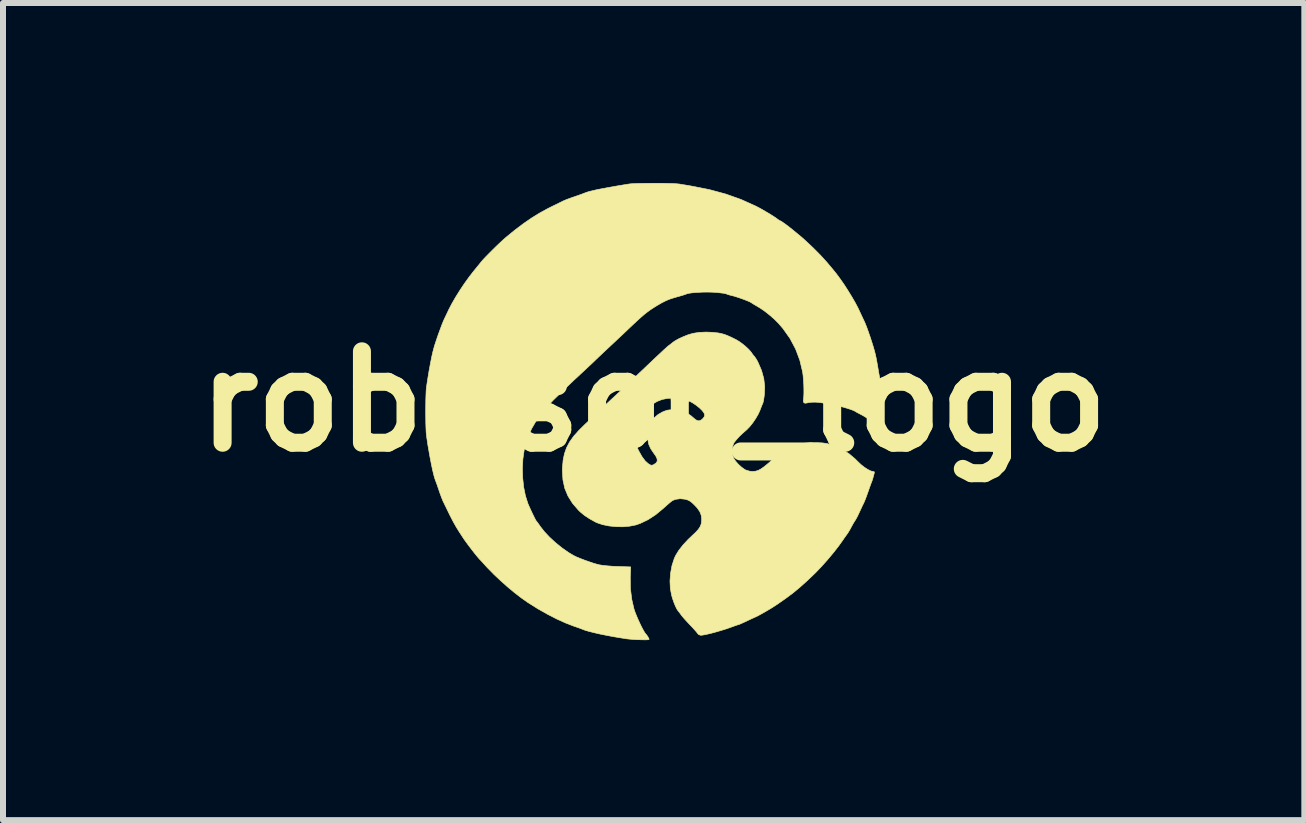
<source format=kicad_pcb>
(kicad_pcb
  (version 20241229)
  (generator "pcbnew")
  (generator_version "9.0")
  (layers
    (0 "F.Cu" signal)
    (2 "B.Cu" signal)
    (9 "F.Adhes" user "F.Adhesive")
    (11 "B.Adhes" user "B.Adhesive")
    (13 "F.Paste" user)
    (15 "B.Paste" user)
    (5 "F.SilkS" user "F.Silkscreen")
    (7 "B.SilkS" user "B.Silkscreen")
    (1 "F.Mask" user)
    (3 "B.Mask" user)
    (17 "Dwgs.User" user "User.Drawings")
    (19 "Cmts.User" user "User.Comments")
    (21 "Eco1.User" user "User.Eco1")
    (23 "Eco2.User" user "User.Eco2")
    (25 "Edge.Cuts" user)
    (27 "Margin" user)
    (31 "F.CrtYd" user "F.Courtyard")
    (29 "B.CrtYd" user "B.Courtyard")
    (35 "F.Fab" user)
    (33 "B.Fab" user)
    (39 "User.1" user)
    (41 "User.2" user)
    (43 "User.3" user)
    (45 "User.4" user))
  (footprint "robosoc_logo"
    (layer "F.Cu")
    (at 7.845 3.64)
    (property "Reference" "robosoc_logo" (at 0 0 0) (layer "F.SilkS") (effects (font (size 1.524 1.524) (thickness 0.3))))
    (attr through_hole)
    (fp_poly (pts (xy 0.981 -1.151) (xy 1.08 -1.14) (xy 1.099 -1.136) (xy 1.144 -1.126) (xy 1.185 -1.114) (xy 1.229 -1.097) (xy 1.281 -1.074) (xy 1.347 -1.042) (xy 1.382 -1.024) (xy 1.428 -0.996) (xy 1.482 -0.957) (xy 1.535 -0.913) (xy 1.583 -0.868) (xy 1.618 -0.829) (xy 1.628 -0.816) (xy 1.651 -0.782) (xy 1.674 -0.755) (xy 1.677 -0.751) (xy 1.694 -0.729) (xy 1.717 -0.693) (xy 1.738 -0.654) (xy 1.798 -0.515) (xy 1.835 -0.381) (xy 1.851 -0.248) (xy 1.845 -0.114) (xy 1.838 -0.058) (xy 1.83 -0.01) (xy 1.822 0.023) (xy 1.819 0.033) (xy 1.808 0.056) (xy 1.792 0.096) (xy 1.774 0.143) (xy 1.771 0.151) (xy 1.742 0.214) (xy 1.701 0.285) (xy 1.652 0.357) (xy 1.601 0.421) (xy 1.554 0.47) (xy 1.546 0.477) (xy 1.486 0.529) (xy 1.429 0.583) (xy 1.382 0.635) (xy 1.347 0.678) (xy 1.333 0.7) (xy 1.313 0.761) (xy 1.308 0.832) (xy 1.318 0.902) (xy 1.333 0.945) (xy 1.365 0.995) (xy 1.411 1.048) (xy 1.465 1.097) (xy 1.519 1.136) (xy 1.53 1.142) (xy 1.6 1.164) (xy 1.651 1.168) (xy 1.697 1.164) (xy 1.742 1.151) (xy 1.789 1.126) (xy 1.844 1.087) (xy 1.91 1.033) (xy 1.942 1.005) (xy 2.02 0.936) (xy 2.085 0.882) (xy 2.144 0.84) (xy 2.202 0.806) (xy 2.263 0.776) (xy 2.333 0.748) (xy 2.374 0.733) (xy 2.431 0.715) (xy 2.482 0.702) (xy 2.536 0.695) (xy 2.604 0.69) (xy 2.632 0.689) (xy 2.726 0.688) (xy 2.811 0.692) (xy 2.884 0.702) (xy 2.939 0.716) (xy 2.958 0.724) (xy 2.979 0.734) (xy 3.017 0.749) (xy 3.063 0.766) (xy 3.07 0.769) (xy 3.165 0.813) (xy 3.26 0.876) (xy 3.359 0.96) (xy 3.401 1.002) (xy 3.457 1.055) (xy 3.516 1.101) (xy 3.573 1.137) (xy 3.622 1.161) (xy 3.656 1.168) (xy 3.677 1.174) (xy 3.678 1.191) (xy 3.671 1.216) (xy 3.661 1.254) (xy 3.657 1.269) (xy 3.646 1.307) (xy 3.635 1.338) (xy 3.632 1.345) (xy 3.624 1.365) (xy 3.61 1.403) (xy 3.592 1.454) (xy 3.574 1.505) (xy 3.552 1.567) (xy 3.53 1.627) (xy 3.51 1.676) (xy 3.498 1.702) (xy 3.478 1.741) (xy 3.454 1.794) (xy 3.428 1.849) (xy 3.423 1.86) (xy 3.4 1.909) (xy 3.379 1.949) (xy 3.364 1.976) (xy 3.36 1.981) (xy 3.347 2.001) (xy 3.325 2.037) (xy 3.301 2.081) (xy 3.296 2.09) (xy 3.271 2.137) (xy 3.246 2.179) (xy 3.227 2.208) (xy 3.225 2.21) (xy 3.205 2.238) (xy 3.177 2.277) (xy 3.154 2.311) (xy 3.082 2.412) (xy 2.996 2.522) (xy 2.901 2.636) (xy 2.801 2.748) (xy 2.702 2.852) (xy 2.67 2.883) (xy 2.546 3.001) (xy 2.429 3.105) (xy 2.315 3.199) (xy 2.195 3.288) (xy 2.063 3.38) (xy 2.019 3.409) (xy 1.969 3.441) (xy 1.909 3.477) (xy 1.846 3.514) (xy 1.785 3.548) (xy 1.734 3.576) (xy 1.698 3.593) (xy 1.662 3.609) (xy 1.612 3.632) (xy 1.557 3.658) (xy 1.535 3.669) (xy 1.486 3.691) (xy 1.446 3.709) (xy 1.42 3.72) (xy 1.414 3.721) (xy 1.399 3.725) (xy 1.364 3.737) (xy 1.317 3.754) (xy 1.264 3.773) (xy 1.197 3.796) (xy 1.122 3.819) (xy 1.043 3.842) (xy 0.966 3.863) (xy 0.895 3.88) (xy 0.837 3.892) (xy 0.795 3.898) (xy 0.786 3.899) (xy 0.75 3.887) (xy 0.729 3.864) (xy 0.712 3.841) (xy 0.681 3.806) (xy 0.641 3.762) (xy 0.599 3.718) (xy 0.553 3.669) (xy 0.511 3.623) (xy 0.477 3.583) (xy 0.458 3.559) (xy 0.434 3.525) (xy 0.413 3.499) (xy 0.408 3.493) (xy 0.388 3.464) (xy 0.364 3.416) (xy 0.339 3.355) (xy 0.315 3.287) (xy 0.301 3.239) (xy 0.278 3.122) (xy 0.272 2.994) (xy 0.282 2.863) (xy 0.306 2.734) (xy 0.344 2.617) (xy 0.366 2.569) (xy 0.417 2.486) (xy 0.487 2.396) (xy 0.572 2.304) (xy 0.64 2.239) (xy 0.702 2.181) (xy 0.746 2.132) (xy 0.775 2.088) (xy 0.792 2.044) (xy 0.799 1.995) (xy 0.8 1.965) (xy 0.793 1.9) (xy 0.77 1.84) (xy 0.729 1.78) (xy 0.676 1.723) (xy 0.633 1.683) (xy 0.598 1.658) (xy 0.563 1.642) (xy 0.526 1.631) (xy 0.442 1.622) (xy 0.362 1.633) (xy 0.314 1.653) (xy 0.296 1.666) (xy 0.263 1.693) (xy 0.22 1.73) (xy 0.172 1.773) (xy 0.16 1.784) (xy 0.033 1.889) (xy -0.096 1.973) (xy -0.224 2.034) (xy -0.298 2.06) (xy -0.4 2.08) (xy -0.513 2.09) (xy -0.63 2.088) (xy -0.746 2.076) (xy -0.853 2.054) (xy -0.945 2.023) (xy -0.974 2.009) (xy -1.072 1.954) (xy -1.151 1.902) (xy -1.217 1.848) (xy -1.253 1.814) (xy -1.353 1.698) (xy -1.429 1.576) (xy -1.482 1.448) (xy -1.512 1.309) (xy -1.522 1.158) (xy -1.52 1.099) (xy -1.509 0.979) (xy -1.487 0.872) (xy -1.452 0.773) (xy -1.402 0.678) (xy -1.335 0.583) (xy -1.33 0.578) (xy -0.298 0.578) (xy -0.297 0.643) (xy -0.295 0.689) (xy -0.29 0.725) (xy -0.281 0.755) (xy -0.267 0.788) (xy -0.249 0.825) (xy -0.194 0.922) (xy -0.141 0.993) (xy -0.088 1.04) (xy -0.083 1.043) (xy -0.052 1.061) (xy -0.03 1.065) (xy -0.008 1.058) (xy 0.004 1.052) (xy 0.042 1.025) (xy 0.06 0.995) (xy 0.057 0.957) (xy 0.035 0.91) (xy -0.001 0.86) (xy -0.051 0.785) (xy -0.083 0.713) (xy -0.098 0.634) (xy -0.102 0.564) (xy -0.091 0.458) (xy -0.058 0.365) (xy -0.004 0.285) (xy 0.072 0.22) (xy 0.145 0.178) (xy 0.191 0.159) (xy 0.229 0.147) (xy 0.272 0.141) (xy 0.328 0.14) (xy 0.339 0.14) (xy 0.397 0.141) (xy 0.438 0.145) (xy 0.473 0.154) (xy 0.511 0.171) (xy 0.527 0.179) (xy 0.577 0.209) (xy 0.626 0.243) (xy 0.654 0.267) (xy 0.7 0.306) (xy 0.739 0.324) (xy 0.773 0.321) (xy 0.809 0.298) (xy 0.811 0.296) (xy 0.841 0.26) (xy 0.851 0.229) (xy 0.84 0.194) (xy 0.809 0.153) (xy 0.764 0.109) (xy 0.708 0.064) (xy 0.646 0.023) (xy 0.582 -0.01) (xy 0.523 -0.033) (xy 0.463 -0.045) (xy 0.389 -0.053) (xy 0.337 -0.055) (xy 0.232 -0.05) (xy 0.141 -0.032) (xy 0.057 0.001) (xy -0.027 0.051) (xy -0.111 0.116) (xy -0.133 0.139) (xy -0.161 0.173) (xy -0.19 0.212) (xy -0.216 0.251) (xy -0.235 0.281) (xy -0.241 0.298) (xy -0.246 0.313) (xy -0.259 0.342) (xy -0.27 0.365) (xy -0.282 0.395) (xy -0.291 0.425) (xy -0.295 0.461) (xy -0.297 0.51) (xy -0.298 0.578) (xy -1.33 0.578) (xy -1.249 0.486) (xy -1.148 0.386) (xy -1.088 0.33) (xy -1.029 0.275) (xy -0.976 0.224) (xy -0.933 0.183) (xy -0.915 0.165) (xy -0.881 0.132) (xy -0.834 0.087) (xy -0.777 0.034) (xy -0.717 -0.022) (xy -0.679 -0.057) (xy -0.623 -0.109) (xy -0.572 -0.157) (xy -0.528 -0.198) (xy -0.497 -0.228) (xy -0.483 -0.242) (xy -0.461 -0.263) (xy -0.425 -0.297) (xy -0.381 -0.338) (xy -0.343 -0.374) (xy -0.302 -0.413) (xy -0.247 -0.465) (xy -0.182 -0.526) (xy -0.112 -0.593) (xy -0.04 -0.661) (xy -0.008 -0.692) (xy 0.056 -0.752) (xy 0.116 -0.808) (xy 0.167 -0.856) (xy 0.209 -0.894) (xy 0.236 -0.918) (xy 0.246 -0.926) (xy 0.273 -0.946) (xy 0.307 -0.973) (xy 0.316 -0.981) (xy 0.361 -1.012) (xy 0.423 -1.046) (xy 0.496 -1.079) (xy 0.571 -1.109) (xy 0.642 -1.13) (xy 0.667 -1.136) (xy 0.763 -1.15) (xy 0.871 -1.155) (xy 0.981 -1.151)) (stroke (width 0.01) (type solid)) (fill yes) (layer "F.SilkS"))
    (fp_poly (pts (xy 0.145 -3.635) (xy 0.236 -3.633) (xy 0.316 -3.631) (xy 0.381 -3.627) (xy 0.426 -3.623) (xy 0.432 -3.622) (xy 0.483 -3.613) (xy 0.548 -3.603) (xy 0.615 -3.591) (xy 0.635 -3.588) (xy 0.927 -3.53) (xy 1.201 -3.456) (xy 1.457 -3.365) (xy 1.697 -3.257) (xy 1.753 -3.228) (xy 1.808 -3.198) (xy 1.869 -3.162) (xy 1.931 -3.126) (xy 1.986 -3.091) (xy 2.031 -3.062) (xy 2.059 -3.042) (xy 2.06 -3.041) (xy 2.087 -3.021) (xy 2.107 -3.01) (xy 2.109 -3.01) (xy 2.126 -3.002) (xy 2.158 -2.98) (xy 2.203 -2.948) (xy 2.257 -2.907) (xy 2.316 -2.86) (xy 2.378 -2.809) (xy 2.439 -2.759) (xy 2.495 -2.711) (xy 2.527 -2.682) (xy 2.659 -2.558) (xy 2.778 -2.438) (xy 2.89 -2.315) (xy 3.003 -2.18) (xy 3.05 -2.121) (xy 3.109 -2.041) (xy 3.174 -1.948) (xy 3.239 -1.847) (xy 3.302 -1.744) (xy 3.359 -1.646) (xy 3.406 -1.557) (xy 3.433 -1.499) (xy 3.459 -1.443) (xy 3.486 -1.385) (xy 3.505 -1.346) (xy 3.526 -1.299) (xy 3.552 -1.234) (xy 3.58 -1.155) (xy 3.61 -1.069) (xy 3.638 -0.982) (xy 3.664 -0.899) (xy 3.684 -0.827) (xy 3.694 -0.787) (xy 3.708 -0.725) (xy 3.722 -0.65) (xy 3.735 -0.575) (xy 3.74 -0.546) (xy 3.75 -0.485) (xy 3.76 -0.43) (xy 3.768 -0.386) (xy 3.772 -0.368) (xy 3.781 -0.325) (xy 3.788 -0.262) (xy 3.795 -0.183) (xy 3.801 -0.094) (xy 3.805 0.000342) (xy 3.808 0.095) (xy 3.81 0.186) (xy 3.81 0.267) (xy 3.808 0.334) (xy 3.804 0.383) (xy 3.802 0.392) (xy 3.793 0.419) (xy 3.781 0.432) (xy 3.78 0.432) (xy 3.765 0.424) (xy 3.734 0.405) (xy 3.692 0.376) (xy 3.648 0.343) (xy 3.592 0.303) (xy 3.535 0.265) (xy 3.485 0.235) (xy 3.457 0.22) (xy 3.416 0.199) (xy 3.382 0.181) (xy 3.365 0.17) (xy 3.338 0.155) (xy 3.292 0.137) (xy 3.231 0.117) (xy 3.163 0.097) (xy 3.092 0.079) (xy 3.023 0.064) (xy 2.991 0.058) (xy 2.93 0.048) (xy 2.872 0.037) (xy 2.826 0.028) (xy 2.81 0.025) (xy 2.757 0.017) (xy 2.697 0.013) (xy 2.636 0.014) (xy 2.585 0.019) (xy 2.558 0.026) (xy 2.522 0.031) (xy 2.499 0.017) (xy 2.494 -0.016) (xy 2.496 -0.029) (xy 2.501 -0.069) (xy 2.504 -0.129) (xy 2.504 -0.201) (xy 2.502 -0.28) (xy 2.497 -0.358) (xy 2.491 -0.429) (xy 2.483 -0.488) (xy 2.483 -0.489) (xy 2.436 -0.686) (xy 2.366 -0.872) (xy 2.273 -1.048) (xy 2.156 -1.213) (xy 2.083 -1.298) (xy 2.016 -1.366) (xy 1.937 -1.435) (xy 1.854 -1.501) (xy 1.774 -1.556) (xy 1.727 -1.584) (xy 1.684 -1.609) (xy 1.648 -1.631) (xy 1.626 -1.646) (xy 1.625 -1.646) (xy 1.603 -1.659) (xy 1.562 -1.676) (xy 1.509 -1.697) (xy 1.449 -1.719) (xy 1.388 -1.739) (xy 1.333 -1.756) (xy 1.295 -1.765) (xy 1.255 -1.776) (xy 1.224 -1.786) (xy 1.213 -1.791) (xy 1.196 -1.796) (xy 1.159 -1.803) (xy 1.107 -1.809) (xy 1.047 -1.816) (xy 1.045 -1.816) (xy 0.977 -1.82) (xy 0.9 -1.822) (xy 0.819 -1.821) (xy 0.74 -1.817) (xy 0.668 -1.812) (xy 0.608 -1.805) (xy 0.565 -1.797) (xy 0.548 -1.791) (xy 0.527 -1.783) (xy 0.488 -1.77) (xy 0.437 -1.755) (xy 0.4 -1.745) (xy 0.319 -1.721) (xy 0.253 -1.699) (xy 0.194 -1.673) (xy 0.131 -1.641) (xy 0.057 -1.598) (xy 0.052 -1.595) (xy -0.004 -1.56) (xy -0.056 -1.526) (xy -0.105 -1.49) (xy -0.157 -1.449) (xy -0.214 -1.4) (xy -0.281 -1.339) (xy -0.36 -1.265) (xy -0.394 -1.233) (xy -0.462 -1.168) (xy -0.533 -1.101) (xy -0.602 -1.036) (xy -0.663 -0.979) (xy -0.711 -0.934) (xy -0.771 -0.878) (xy -0.839 -0.814) (xy -0.908 -0.749) (xy -0.959 -0.7) (xy -1.017 -0.644) (xy -1.086 -0.58) (xy -1.158 -0.512) (xy -1.225 -0.45) (xy -1.237 -0.438) (xy -1.296 -0.384) (xy -1.354 -0.33) (xy -1.406 -0.28) (xy -1.447 -0.241) (xy -1.46 -0.229) (xy -1.495 -0.195) (xy -1.543 -0.148) (xy -1.598 -0.094) (xy -1.656 -0.038) (xy -1.68 -0.014) (xy -1.823 0.138) (xy -1.941 0.295) (xy -2.036 0.458) (xy -2.109 0.63) (xy -2.125 0.679) (xy -2.159 0.815) (xy -2.18 0.963) (xy -2.188 1.118) (xy -2.183 1.275) (xy -2.167 1.428) (xy -2.138 1.571) (xy -2.098 1.698) (xy -2.083 1.734) (xy -2.052 1.803) (xy -2.022 1.867) (xy -1.995 1.922) (xy -1.974 1.964) (xy -1.96 1.989) (xy -1.956 1.994) (xy -1.945 2.007) (xy -1.924 2.035) (xy -1.898 2.073) (xy -1.894 2.079) (xy -1.824 2.169) (xy -1.736 2.263) (xy -1.635 2.356) (xy -1.527 2.443) (xy -1.417 2.52) (xy -1.335 2.569) (xy -1.286 2.593) (xy -1.22 2.62) (xy -1.144 2.649) (xy -1.064 2.677) (xy -0.99 2.702) (xy -0.926 2.719) (xy -0.907 2.724) (xy -0.851 2.733) (xy -0.776 2.741) (xy -0.689 2.748) (xy -0.596 2.752) (xy -0.595 2.752) (xy -0.383 2.759) (xy -0.39 2.926) (xy -0.388 3.115) (xy -0.365 3.301) (xy -0.328 3.461) (xy -0.312 3.508) (xy -0.289 3.566) (xy -0.262 3.63) (xy -0.232 3.696) (xy -0.202 3.758) (xy -0.174 3.811) (xy -0.151 3.851) (xy -0.135 3.872) (xy -0.135 3.873) (xy -0.116 3.894) (xy -0.096 3.924) (xy -0.08 3.953) (xy -0.076 3.968) (xy -0.088 3.972) (xy -0.12 3.974) (xy -0.167 3.974) (xy -0.225 3.973) (xy -0.288 3.971) (xy -0.351 3.967) (xy -0.409 3.962) (xy -0.457 3.957) (xy -0.457 3.956) (xy -0.567 3.939) (xy -0.679 3.92) (xy -0.789 3.899) (xy -0.894 3.878) (xy -0.989 3.856) (xy -1.07 3.836) (xy -1.134 3.818) (xy -1.175 3.803) (xy -1.203 3.792) (xy -1.248 3.775) (xy -1.303 3.756) (xy -1.333 3.746) (xy -1.467 3.694) (xy -1.614 3.628) (xy -1.769 3.548) (xy -1.927 3.459) (xy -2.083 3.361) (xy -2.103 3.348) (xy -2.205 3.276) (xy -2.318 3.189) (xy -2.435 3.092) (xy -2.55 2.989) (xy -2.66 2.886) (xy -2.757 2.787) (xy -2.78 2.763) (xy -2.824 2.715) (xy -2.867 2.667) (xy -2.904 2.628) (xy -2.92 2.61) (xy -2.948 2.577) (xy -2.987 2.529) (xy -3.031 2.472) (xy -3.077 2.412) (xy -3.12 2.354) (xy -3.156 2.304) (xy -3.181 2.267) (xy -3.182 2.265) (xy -3.205 2.229) (xy -3.233 2.187) (xy -3.24 2.176) (xy -3.287 2.101) (xy -3.34 2.007) (xy -3.395 1.901) (xy -3.424 1.841) (xy -3.451 1.786) (xy -3.476 1.734) (xy -3.496 1.693) (xy -3.505 1.676) (xy -3.518 1.646) (xy -3.537 1.599) (xy -3.558 1.541) (xy -3.575 1.492) (xy -3.595 1.433) (xy -3.614 1.378) (xy -3.63 1.336) (xy -3.638 1.314) (xy -3.652 1.275) (xy -3.668 1.214) (xy -3.687 1.135) (xy -3.706 1.043) (xy -3.726 0.941) (xy -3.745 0.833) (xy -3.764 0.724) (xy -3.78 0.616) (xy -3.787 0.565) (xy -3.792 0.516) (xy -3.795 0.447) (xy -3.798 0.363) (xy -3.799 0.268) (xy -3.8 0.169) (xy -3.799 0.069) (xy -3.798 -0.025) (xy -3.795 -0.11) (xy -3.792 -0.18) (xy -3.788 -0.23) (xy -3.787 -0.235) (xy -3.766 -0.374) (xy -3.744 -0.507) (xy -3.721 -0.632) (xy -3.699 -0.744) (xy -3.677 -0.839) (xy -3.657 -0.913) (xy -3.653 -0.927) (xy -3.624 -1.015) (xy -3.593 -1.106) (xy -3.561 -1.193) (xy -3.532 -1.272) (xy -3.506 -1.336) (xy -3.49 -1.372) (xy -3.463 -1.428) (xy -3.434 -1.489) (xy -3.415 -1.53) (xy -3.365 -1.626) (xy -3.303 -1.734) (xy -3.232 -1.848) (xy -3.156 -1.962) (xy -3.079 -2.069) (xy -3.011 -2.157) (xy -2.969 -2.209) (xy -2.928 -2.259) (xy -2.894 -2.301) (xy -2.875 -2.325) (xy -2.844 -2.361) (xy -2.799 -2.409) (xy -2.743 -2.466) (xy -2.682 -2.527) (xy -2.619 -2.589) (xy -2.558 -2.647) (xy -2.505 -2.696) (xy -2.464 -2.732) (xy -2.311 -2.857) (xy -2.169 -2.964) (xy -2.034 -3.057) (xy -1.901 -3.139) (xy -1.766 -3.213) (xy -1.676 -3.258) (xy -1.621 -3.284) (xy -1.569 -3.31) (xy -1.528 -3.33) (xy -1.511 -3.339) (xy -1.481 -3.352) (xy -1.434 -3.371) (xy -1.376 -3.392) (xy -1.327 -3.409) (xy -1.269 -3.429) (xy -1.218 -3.447) (xy -1.18 -3.461) (xy -1.162 -3.468) (xy -1.124 -3.483) (xy -1.075 -3.498) (xy -1.012 -3.513) (xy -0.935 -3.531) (xy -0.839 -3.549) (xy -0.725 -3.57) (xy -0.59 -3.594) (xy -0.431 -3.62) (xy -0.419 -3.622) (xy -0.378 -3.627) (xy -0.316 -3.63) (xy -0.238 -3.633) (xy -0.148 -3.634) (xy -0.052 -3.635) (xy 0.048 -3.635) (xy 0.145 -3.635)) (stroke (width 0.01) (type solid)) (fill yes) (layer "F.SilkS")))
  (gr_rect
    (start -3 -3)
    (end 18.69 10.62)
    (stroke (width 0.1) (type default))
    (fill no)
    (layer "Edge.Cuts")))
</source>
